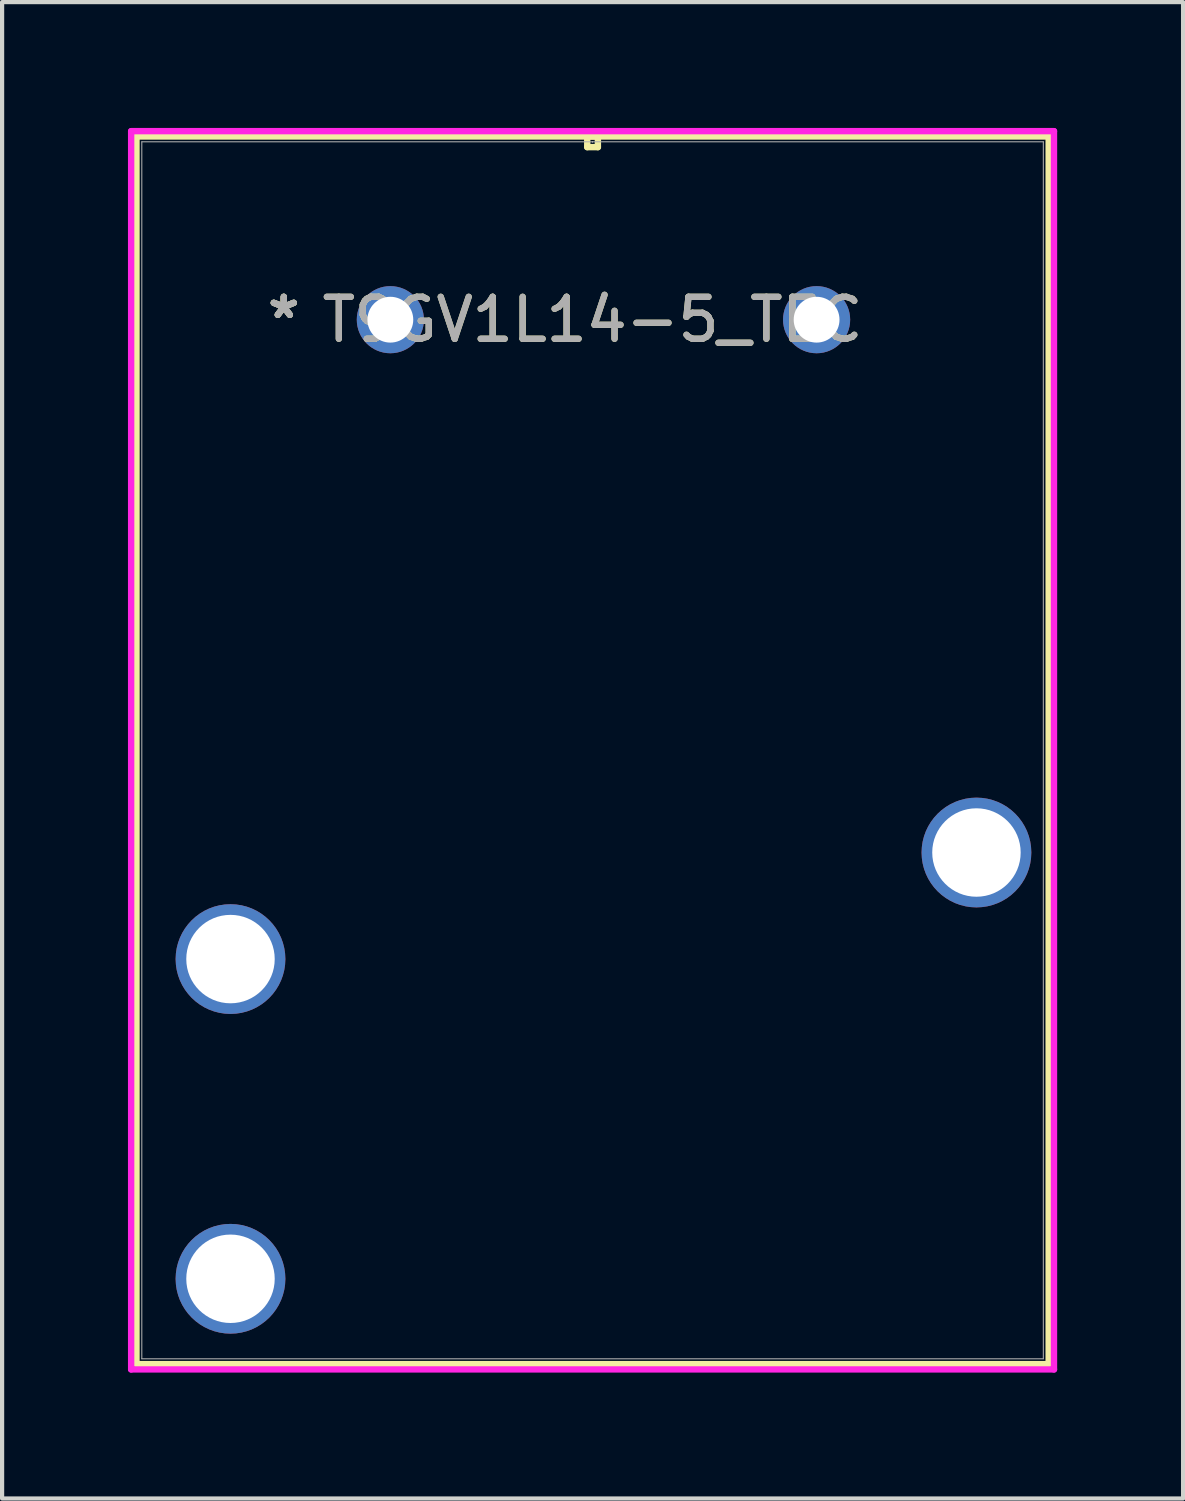
<source format=kicad_pcb>
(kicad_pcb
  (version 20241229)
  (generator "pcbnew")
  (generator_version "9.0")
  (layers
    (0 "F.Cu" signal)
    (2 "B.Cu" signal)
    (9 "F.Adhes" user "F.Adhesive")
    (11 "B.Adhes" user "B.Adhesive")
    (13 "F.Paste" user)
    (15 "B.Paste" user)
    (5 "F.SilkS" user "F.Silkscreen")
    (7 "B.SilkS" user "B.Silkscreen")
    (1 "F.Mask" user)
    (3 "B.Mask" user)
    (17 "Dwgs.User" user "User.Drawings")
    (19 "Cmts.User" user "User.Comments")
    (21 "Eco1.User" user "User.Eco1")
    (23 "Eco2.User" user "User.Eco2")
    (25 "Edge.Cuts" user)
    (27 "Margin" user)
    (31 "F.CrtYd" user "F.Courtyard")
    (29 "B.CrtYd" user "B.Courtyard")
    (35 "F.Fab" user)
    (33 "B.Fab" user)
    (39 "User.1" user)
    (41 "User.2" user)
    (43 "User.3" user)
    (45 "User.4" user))
  (footprint "T9GV1L14-5_TEC"
    (layer "F.Cu")
    (at 6.254 4.57)
    (property "Reference" "T9GV1L14-5_TEC" (at 4.82 0 0) (unlocked yes) (layer "F.SilkS") (effects (font (size 1 1) (thickness 0.15))))
    (attr through_hole)
    (fp_line (start -6.051 -4.367) (end -6.051 24.894) (stroke (width 0.152) (type solid)) (layer "F.SilkS"))
    (fp_line (start -6.051 24.894) (end 15.691 24.894) (stroke (width 0.152) (type solid)) (layer "F.SilkS"))
    (fp_line (start 4.693 -4.367) (end 4.693 -4.113) (stroke (width 0.152) (type solid)) (layer "F.SilkS"))
    (fp_line (start 4.693 -4.113) (end 4.947 -4.113) (stroke (width 0.152) (type solid)) (layer "F.SilkS"))
    (fp_line (start 4.947 -4.367) (end 4.693 -4.367) (stroke (width 0.152) (type solid)) (layer "F.SilkS"))
    (fp_line (start 4.947 -4.113) (end 4.947 -4.367) (stroke (width 0.152) (type solid)) (layer "F.SilkS"))
    (fp_line (start 15.691 -4.367) (end -6.051 -4.367) (stroke (width 0.152) (type solid)) (layer "F.SilkS"))
    (fp_line (start 15.691 24.894) (end 15.691 -4.367) (stroke (width 0.152) (type solid)) (layer "F.SilkS"))
    (fp_line (start -6.178 -4.494) (end -6.178 25.021) (stroke (width 0.152) (type solid)) (layer "F.CrtYd"))
    (fp_line (start -6.178 25.021) (end 15.818 25.021) (stroke (width 0.152) (type solid)) (layer "F.CrtYd"))
    (fp_line (start 15.818 -4.494) (end -6.178 -4.494) (stroke (width 0.152) (type solid)) (layer "F.CrtYd"))
    (fp_line (start 15.818 25.021) (end 15.818 -4.494) (stroke (width 0.152) (type solid)) (layer "F.CrtYd"))
    (fp_line (start -5.924 -4.24) (end -5.924 24.767) (stroke (width 0.025) (type solid)) (layer "F.Fab"))
    (fp_line (start -5.924 24.767) (end 15.564 24.767) (stroke (width 0.025) (type solid)) (layer "F.Fab"))
    (fp_line (start 4.82 -4.24) (end 4.82 -4.24) (stroke (width 0.025) (type solid)) (layer "F.Fab"))
    (fp_line (start 4.82 -4.24) (end 4.82 -4.24) (stroke (width 0.025) (type solid)) (layer "F.Fab"))
    (fp_line (start 4.82 -4.24) (end 4.82 -4.24) (stroke (width 0.025) (type solid)) (layer "F.Fab"))
    (fp_line (start 4.82 -4.24) (end 4.82 -4.24) (stroke (width 0.025) (type solid)) (layer "F.Fab"))
    (fp_line (start 15.564 -4.24) (end -5.924 -4.24) (stroke (width 0.025) (type solid)) (layer "F.Fab"))
    (fp_line (start 15.564 24.767) (end 15.564 -4.24) (stroke (width 0.025) (type solid)) (layer "F.Fab"))
    (fp_text user "*" (at -2.54 0 0) (unlocked yes) (layer "F.SilkS") (effects (font (size 1 1) (thickness 0.15))))
    (fp_text user "*" (at -2.54 0 0) (layer "F.SilkS") (effects (font (size 1 1) (thickness 0.15))))
    (fp_text user "*" (at -2.54 0 0) (unlocked yes) (layer "F.Fab") (effects (font (size 1 1) (thickness 0.15))))
    (fp_text user "${REFERENCE}" (at 4.82 0 0) (unlocked yes) (layer "F.Fab") (effects (font (size 1 1) (thickness 0.15))))
    (fp_text user "*" (at -2.54 0 0) (layer "F.Fab") (effects (font (size 1 1) (thickness 0.15))))
    (pad "1" thru_hole circle (at 0 0) (size 1.6 1.6) (drill 1.092) (layers "*.Cu" "*.Mask"))
    (pad "2" thru_hole circle (at 10.16 0) (size 1.6 1.6) (drill 1.092) (layers "*.Cu" "*.Mask"))
    (pad "3" thru_hole circle (at 13.97 12.7) (size 2.616 2.616) (drill 2.108) (layers "*.Cu" "*.Mask"))
    (pad "4" thru_hole circle (at -3.81 15.24) (size 2.616 2.616) (drill 2.108) (layers "*.Cu" "*.Mask"))
    (pad "5" thru_hole circle (at -3.81 22.86) (size 2.616 2.616) (drill 2.108) (layers "*.Cu" "*.Mask")))
  (gr_rect
    (start -3 -3)
    (end 25.149 32.667)
    (stroke (width 0.1) (type default))
    (fill no)
    (layer "Edge.Cuts")))
</source>
